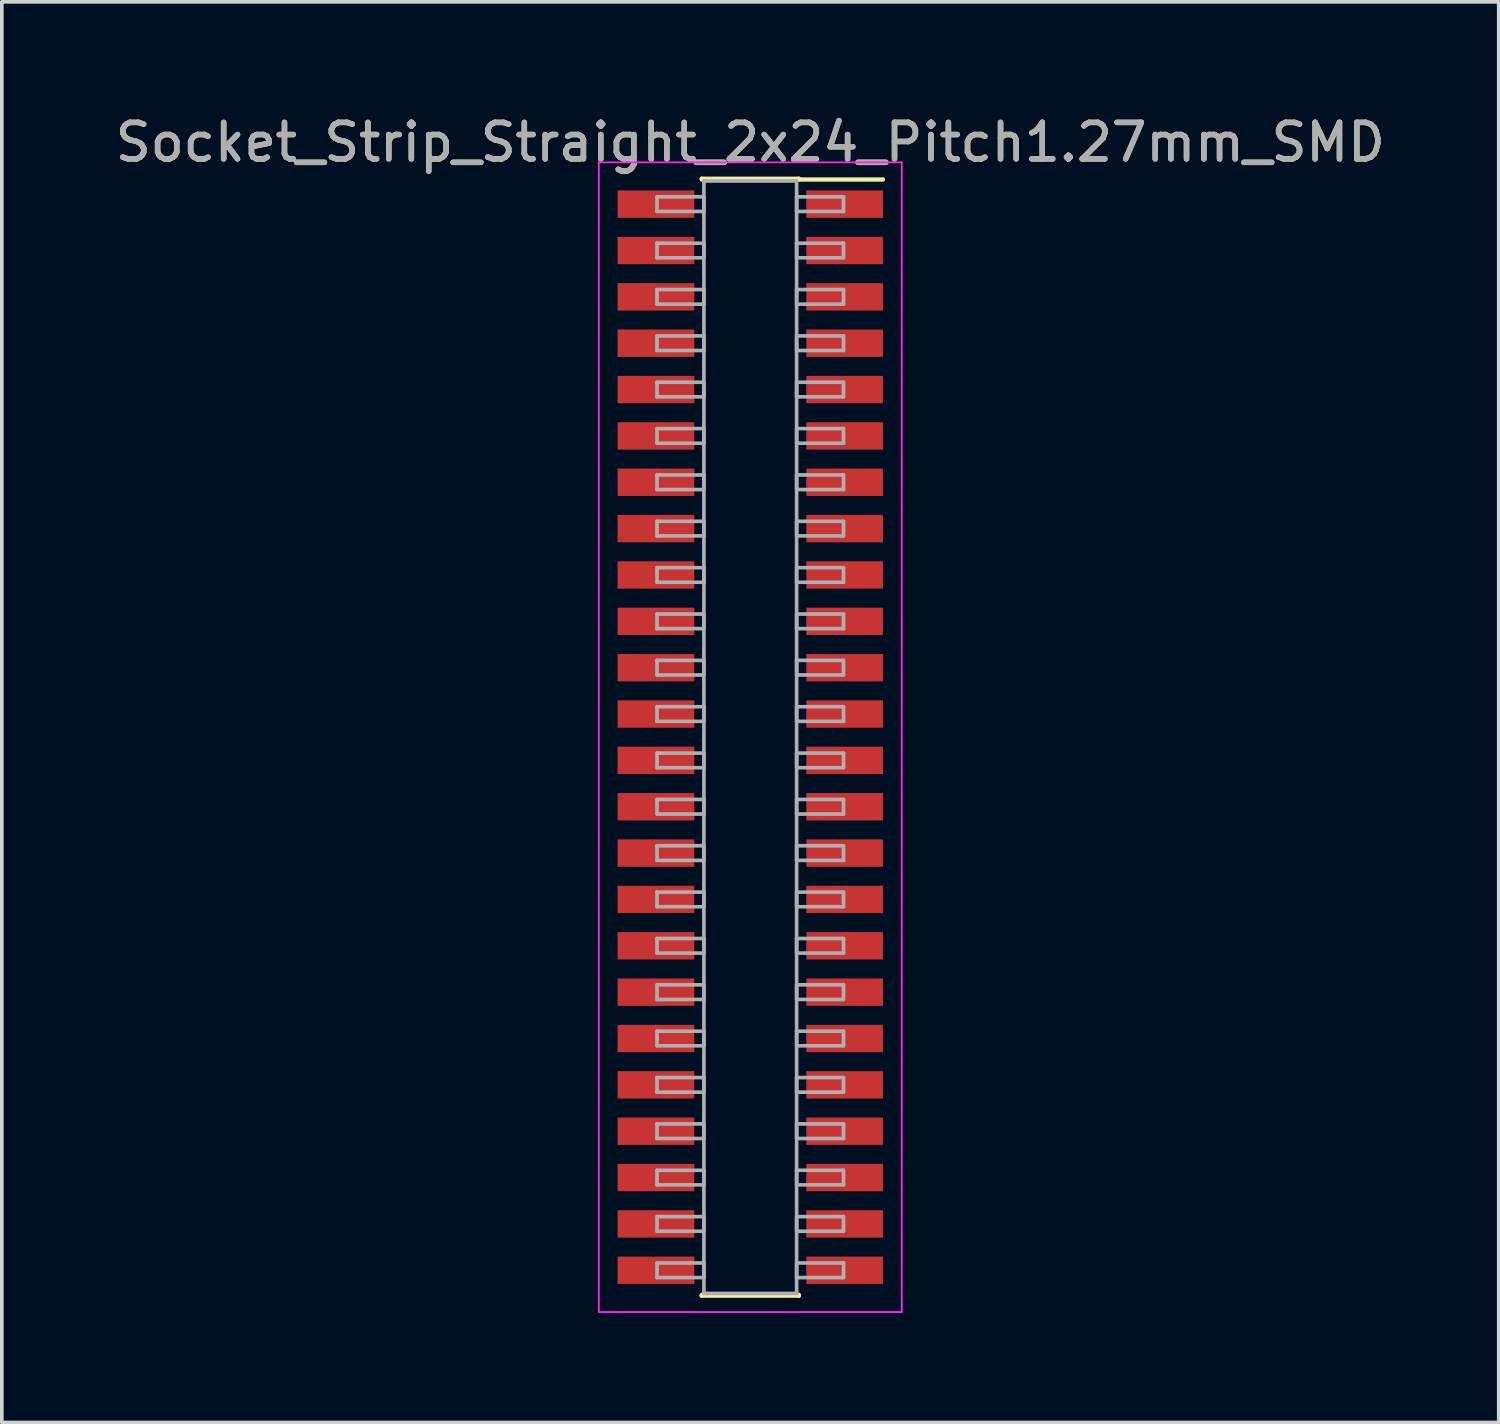
<source format=kicad_pcb>
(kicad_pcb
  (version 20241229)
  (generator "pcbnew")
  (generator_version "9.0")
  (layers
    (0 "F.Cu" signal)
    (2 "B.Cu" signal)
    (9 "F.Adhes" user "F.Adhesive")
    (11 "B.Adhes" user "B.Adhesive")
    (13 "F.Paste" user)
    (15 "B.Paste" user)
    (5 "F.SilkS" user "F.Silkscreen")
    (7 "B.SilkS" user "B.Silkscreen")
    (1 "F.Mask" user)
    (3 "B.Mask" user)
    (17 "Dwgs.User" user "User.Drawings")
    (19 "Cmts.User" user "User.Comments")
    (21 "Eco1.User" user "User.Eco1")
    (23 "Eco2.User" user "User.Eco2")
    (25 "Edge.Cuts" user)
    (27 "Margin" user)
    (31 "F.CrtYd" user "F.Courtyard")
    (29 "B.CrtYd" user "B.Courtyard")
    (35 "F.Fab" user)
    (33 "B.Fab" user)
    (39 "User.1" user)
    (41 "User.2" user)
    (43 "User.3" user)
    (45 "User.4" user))
  (footprint "Socket_Strip_Straight_2x24_Pitch1.27mm_SMD"
    (layer "F.Cu")
    (at 17.506 17.148)
    (property "Reference" "Socket_Strip_Straight_2x24_Pitch1.27mm_SMD" (at 0 -16.3 0) (layer "F.SilkS") (effects (font (size 1 1) (thickness 0.15))))
    (attr smd)
    (fp_line (start -1.33 -15.3) (end 1.33 -15.3) (stroke (width 0.12) (type solid)) (layer "F.SilkS"))
    (fp_line (start -1.33 -15.28) (end -1.33 -15.3) (stroke (width 0.12) (type solid)) (layer "F.SilkS"))
    (fp_line (start -1.33 15.28) (end -1.33 15.3) (stroke (width 0.12) (type solid)) (layer "F.SilkS"))
    (fp_line (start -1.33 15.3) (end 1.33 15.3) (stroke (width 0.12) (type solid)) (layer "F.SilkS"))
    (fp_line (start 1.33 -15.3) (end 1.33 -15.28) (stroke (width 0.12) (type solid)) (layer "F.SilkS"))
    (fp_line (start 1.33 15.3) (end 1.33 15.28) (stroke (width 0.12) (type solid)) (layer "F.SilkS"))
    (fp_line (start 3.635 -15.28) (end 1.33 -15.28) (stroke (width 0.12) (type solid)) (layer "F.SilkS"))
    (fp_line (start -4.15 -15.75) (end -4.15 15.75) (stroke (width 0.05) (type solid)) (layer "F.CrtYd"))
    (fp_line (start -4.15 15.75) (end 4.15 15.75) (stroke (width 0.05) (type solid)) (layer "F.CrtYd"))
    (fp_line (start 4.15 -15.75) (end -4.15 -15.75) (stroke (width 0.05) (type solid)) (layer "F.CrtYd"))
    (fp_line (start 4.15 15.75) (end 4.15 -15.75) (stroke (width 0.05) (type solid)) (layer "F.CrtYd"))
    (fp_line (start -2.555 -14.805) (end -1.27 -14.805) (stroke (width 0.1) (type solid)) (layer "F.Fab"))
    (fp_line (start -2.555 -14.405) (end -2.555 -14.805) (stroke (width 0.1) (type solid)) (layer "F.Fab"))
    (fp_line (start -2.555 -13.535) (end -1.27 -13.535) (stroke (width 0.1) (type solid)) (layer "F.Fab"))
    (fp_line (start -2.555 -13.135) (end -2.555 -13.535) (stroke (width 0.1) (type solid)) (layer "F.Fab"))
    (fp_line (start -2.555 -12.265) (end -1.27 -12.265) (stroke (width 0.1) (type solid)) (layer "F.Fab"))
    (fp_line (start -2.555 -11.865) (end -2.555 -12.265) (stroke (width 0.1) (type solid)) (layer "F.Fab"))
    (fp_line (start -2.555 -10.995) (end -1.27 -10.995) (stroke (width 0.1) (type solid)) (layer "F.Fab"))
    (fp_line (start -2.555 -10.595) (end -2.555 -10.995) (stroke (width 0.1) (type solid)) (layer "F.Fab"))
    (fp_line (start -2.555 -9.725) (end -1.27 -9.725) (stroke (width 0.1) (type solid)) (layer "F.Fab"))
    (fp_line (start -2.555 -9.325) (end -2.555 -9.725) (stroke (width 0.1) (type solid)) (layer "F.Fab"))
    (fp_line (start -2.555 -8.455) (end -1.27 -8.455) (stroke (width 0.1) (type solid)) (layer "F.Fab"))
    (fp_line (start -2.555 -8.055) (end -2.555 -8.455) (stroke (width 0.1) (type solid)) (layer "F.Fab"))
    (fp_line (start -2.555 -7.185) (end -1.27 -7.185) (stroke (width 0.1) (type solid)) (layer "F.Fab"))
    (fp_line (start -2.555 -6.785) (end -2.555 -7.185) (stroke (width 0.1) (type solid)) (layer "F.Fab"))
    (fp_line (start -2.555 -5.915) (end -1.27 -5.915) (stroke (width 0.1) (type solid)) (layer "F.Fab"))
    (fp_line (start -2.555 -5.515) (end -2.555 -5.915) (stroke (width 0.1) (type solid)) (layer "F.Fab"))
    (fp_line (start -2.555 -4.645) (end -1.27 -4.645) (stroke (width 0.1) (type solid)) (layer "F.Fab"))
    (fp_line (start -2.555 -4.245) (end -2.555 -4.645) (stroke (width 0.1) (type solid)) (layer "F.Fab"))
    (fp_line (start -2.555 -3.375) (end -1.27 -3.375) (stroke (width 0.1) (type solid)) (layer "F.Fab"))
    (fp_line (start -2.555 -2.975) (end -2.555 -3.375) (stroke (width 0.1) (type solid)) (layer "F.Fab"))
    (fp_line (start -2.555 -2.105) (end -1.27 -2.105) (stroke (width 0.1) (type solid)) (layer "F.Fab"))
    (fp_line (start -2.555 -1.705) (end -2.555 -2.105) (stroke (width 0.1) (type solid)) (layer "F.Fab"))
    (fp_line (start -2.555 -0.835) (end -1.27 -0.835) (stroke (width 0.1) (type solid)) (layer "F.Fab"))
    (fp_line (start -2.555 -0.435) (end -2.555 -0.835) (stroke (width 0.1) (type solid)) (layer "F.Fab"))
    (fp_line (start -2.555 0.435) (end -1.27 0.435) (stroke (width 0.1) (type solid)) (layer "F.Fab"))
    (fp_line (start -2.555 0.835) (end -2.555 0.435) (stroke (width 0.1) (type solid)) (layer "F.Fab"))
    (fp_line (start -2.555 1.705) (end -1.27 1.705) (stroke (width 0.1) (type solid)) (layer "F.Fab"))
    (fp_line (start -2.555 2.105) (end -2.555 1.705) (stroke (width 0.1) (type solid)) (layer "F.Fab"))
    (fp_line (start -2.555 2.975) (end -1.27 2.975) (stroke (width 0.1) (type solid)) (layer "F.Fab"))
    (fp_line (start -2.555 3.375) (end -2.555 2.975) (stroke (width 0.1) (type solid)) (layer "F.Fab"))
    (fp_line (start -2.555 4.245) (end -1.27 4.245) (stroke (width 0.1) (type solid)) (layer "F.Fab"))
    (fp_line (start -2.555 4.645) (end -2.555 4.245) (stroke (width 0.1) (type solid)) (layer "F.Fab"))
    (fp_line (start -2.555 5.515) (end -1.27 5.515) (stroke (width 0.1) (type solid)) (layer "F.Fab"))
    (fp_line (start -2.555 5.915) (end -2.555 5.515) (stroke (width 0.1) (type solid)) (layer "F.Fab"))
    (fp_line (start -2.555 6.785) (end -1.27 6.785) (stroke (width 0.1) (type solid)) (layer "F.Fab"))
    (fp_line (start -2.555 7.185) (end -2.555 6.785) (stroke (width 0.1) (type solid)) (layer "F.Fab"))
    (fp_line (start -2.555 8.055) (end -1.27 8.055) (stroke (width 0.1) (type solid)) (layer "F.Fab"))
    (fp_line (start -2.555 8.455) (end -2.555 8.055) (stroke (width 0.1) (type solid)) (layer "F.Fab"))
    (fp_line (start -2.555 9.325) (end -1.27 9.325) (stroke (width 0.1) (type solid)) (layer "F.Fab"))
    (fp_line (start -2.555 9.725) (end -2.555 9.325) (stroke (width 0.1) (type solid)) (layer "F.Fab"))
    (fp_line (start -2.555 10.595) (end -1.27 10.595) (stroke (width 0.1) (type solid)) (layer "F.Fab"))
    (fp_line (start -2.555 10.995) (end -2.555 10.595) (stroke (width 0.1) (type solid)) (layer "F.Fab"))
    (fp_line (start -2.555 11.865) (end -1.27 11.865) (stroke (width 0.1) (type solid)) (layer "F.Fab"))
    (fp_line (start -2.555 12.265) (end -2.555 11.865) (stroke (width 0.1) (type solid)) (layer "F.Fab"))
    (fp_line (start -2.555 13.135) (end -1.27 13.135) (stroke (width 0.1) (type solid)) (layer "F.Fab"))
    (fp_line (start -2.555 13.535) (end -2.555 13.135) (stroke (width 0.1) (type solid)) (layer "F.Fab"))
    (fp_line (start -2.555 14.405) (end -1.27 14.405) (stroke (width 0.1) (type solid)) (layer "F.Fab"))
    (fp_line (start -2.555 14.805) (end -2.555 14.405) (stroke (width 0.1) (type solid)) (layer "F.Fab"))
    (fp_line (start -1.27 -15.24) (end -1.27 15.24) (stroke (width 0.1) (type solid)) (layer "F.Fab"))
    (fp_line (start -1.27 -14.805) (end -1.27 -14.405) (stroke (width 0.1) (type solid)) (layer "F.Fab"))
    (fp_line (start -1.27 -14.405) (end -2.555 -14.405) (stroke (width 0.1) (type solid)) (layer "F.Fab"))
    (fp_line (start -1.27 -13.535) (end -1.27 -13.135) (stroke (width 0.1) (type solid)) (layer "F.Fab"))
    (fp_line (start -1.27 -13.135) (end -2.555 -13.135) (stroke (width 0.1) (type solid)) (layer "F.Fab"))
    (fp_line (start -1.27 -12.265) (end -1.27 -11.865) (stroke (width 0.1) (type solid)) (layer "F.Fab"))
    (fp_line (start -1.27 -11.865) (end -2.555 -11.865) (stroke (width 0.1) (type solid)) (layer "F.Fab"))
    (fp_line (start -1.27 -10.995) (end -1.27 -10.595) (stroke (width 0.1) (type solid)) (layer "F.Fab"))
    (fp_line (start -1.27 -10.595) (end -2.555 -10.595) (stroke (width 0.1) (type solid)) (layer "F.Fab"))
    (fp_line (start -1.27 -9.725) (end -1.27 -9.325) (stroke (width 0.1) (type solid)) (layer "F.Fab"))
    (fp_line (start -1.27 -9.325) (end -2.555 -9.325) (stroke (width 0.1) (type solid)) (layer "F.Fab"))
    (fp_line (start -1.27 -8.455) (end -1.27 -8.055) (stroke (width 0.1) (type solid)) (layer "F.Fab"))
    (fp_line (start -1.27 -8.055) (end -2.555 -8.055) (stroke (width 0.1) (type solid)) (layer "F.Fab"))
    (fp_line (start -1.27 -7.185) (end -1.27 -6.785) (stroke (width 0.1) (type solid)) (layer "F.Fab"))
    (fp_line (start -1.27 -6.785) (end -2.555 -6.785) (stroke (width 0.1) (type solid)) (layer "F.Fab"))
    (fp_line (start -1.27 -5.915) (end -1.27 -5.515) (stroke (width 0.1) (type solid)) (layer "F.Fab"))
    (fp_line (start -1.27 -5.515) (end -2.555 -5.515) (stroke (width 0.1) (type solid)) (layer "F.Fab"))
    (fp_line (start -1.27 -4.645) (end -1.27 -4.245) (stroke (width 0.1) (type solid)) (layer "F.Fab"))
    (fp_line (start -1.27 -4.245) (end -2.555 -4.245) (stroke (width 0.1) (type solid)) (layer "F.Fab"))
    (fp_line (start -1.27 -3.375) (end -1.27 -2.975) (stroke (width 0.1) (type solid)) (layer "F.Fab"))
    (fp_line (start -1.27 -2.975) (end -2.555 -2.975) (stroke (width 0.1) (type solid)) (layer "F.Fab"))
    (fp_line (start -1.27 -2.105) (end -1.27 -1.705) (stroke (width 0.1) (type solid)) (layer "F.Fab"))
    (fp_line (start -1.27 -1.705) (end -2.555 -1.705) (stroke (width 0.1) (type solid)) (layer "F.Fab"))
    (fp_line (start -1.27 -0.835) (end -1.27 -0.435) (stroke (width 0.1) (type solid)) (layer "F.Fab"))
    (fp_line (start -1.27 -0.435) (end -2.555 -0.435) (stroke (width 0.1) (type solid)) (layer "F.Fab"))
    (fp_line (start -1.27 0.435) (end -1.27 0.835) (stroke (width 0.1) (type solid)) (layer "F.Fab"))
    (fp_line (start -1.27 0.835) (end -2.555 0.835) (stroke (width 0.1) (type solid)) (layer "F.Fab"))
    (fp_line (start -1.27 1.705) (end -1.27 2.105) (stroke (width 0.1) (type solid)) (layer "F.Fab"))
    (fp_line (start -1.27 2.105) (end -2.555 2.105) (stroke (width 0.1) (type solid)) (layer "F.Fab"))
    (fp_line (start -1.27 2.975) (end -1.27 3.375) (stroke (width 0.1) (type solid)) (layer "F.Fab"))
    (fp_line (start -1.27 3.375) (end -2.555 3.375) (stroke (width 0.1) (type solid)) (layer "F.Fab"))
    (fp_line (start -1.27 4.245) (end -1.27 4.645) (stroke (width 0.1) (type solid)) (layer "F.Fab"))
    (fp_line (start -1.27 4.645) (end -2.555 4.645) (stroke (width 0.1) (type solid)) (layer "F.Fab"))
    (fp_line (start -1.27 5.515) (end -1.27 5.915) (stroke (width 0.1) (type solid)) (layer "F.Fab"))
    (fp_line (start -1.27 5.915) (end -2.555 5.915) (stroke (width 0.1) (type solid)) (layer "F.Fab"))
    (fp_line (start -1.27 6.785) (end -1.27 7.185) (stroke (width 0.1) (type solid)) (layer "F.Fab"))
    (fp_line (start -1.27 7.185) (end -2.555 7.185) (stroke (width 0.1) (type solid)) (layer "F.Fab"))
    (fp_line (start -1.27 8.055) (end -1.27 8.455) (stroke (width 0.1) (type solid)) (layer "F.Fab"))
    (fp_line (start -1.27 8.455) (end -2.555 8.455) (stroke (width 0.1) (type solid)) (layer "F.Fab"))
    (fp_line (start -1.27 9.325) (end -1.27 9.725) (stroke (width 0.1) (type solid)) (layer "F.Fab"))
    (fp_line (start -1.27 9.725) (end -2.555 9.725) (stroke (width 0.1) (type solid)) (layer "F.Fab"))
    (fp_line (start -1.27 10.595) (end -1.27 10.995) (stroke (width 0.1) (type solid)) (layer "F.Fab"))
    (fp_line (start -1.27 10.995) (end -2.555 10.995) (stroke (width 0.1) (type solid)) (layer "F.Fab"))
    (fp_line (start -1.27 11.865) (end -1.27 12.265) (stroke (width 0.1) (type solid)) (layer "F.Fab"))
    (fp_line (start -1.27 12.265) (end -2.555 12.265) (stroke (width 0.1) (type solid)) (layer "F.Fab"))
    (fp_line (start -1.27 13.135) (end -1.27 13.535) (stroke (width 0.1) (type solid)) (layer "F.Fab"))
    (fp_line (start -1.27 13.535) (end -2.555 13.535) (stroke (width 0.1) (type solid)) (layer "F.Fab"))
    (fp_line (start -1.27 14.405) (end -1.27 14.805) (stroke (width 0.1) (type solid)) (layer "F.Fab"))
    (fp_line (start -1.27 14.805) (end -2.555 14.805) (stroke (width 0.1) (type solid)) (layer "F.Fab"))
    (fp_line (start -1.27 15.24) (end 1.27 15.24) (stroke (width 0.1) (type solid)) (layer "F.Fab"))
    (fp_line (start 1.27 -15.24) (end -1.27 -15.24) (stroke (width 0.1) (type solid)) (layer "F.Fab"))
    (fp_line (start 1.27 -14.805) (end 1.27 -14.405) (stroke (width 0.1) (type solid)) (layer "F.Fab"))
    (fp_line (start 1.27 -14.405) (end 2.555 -14.405) (stroke (width 0.1) (type solid)) (layer "F.Fab"))
    (fp_line (start 1.27 -13.535) (end 1.27 -13.135) (stroke (width 0.1) (type solid)) (layer "F.Fab"))
    (fp_line (start 1.27 -13.135) (end 2.555 -13.135) (stroke (width 0.1) (type solid)) (layer "F.Fab"))
    (fp_line (start 1.27 -12.265) (end 1.27 -11.865) (stroke (width 0.1) (type solid)) (layer "F.Fab"))
    (fp_line (start 1.27 -11.865) (end 2.555 -11.865) (stroke (width 0.1) (type solid)) (layer "F.Fab"))
    (fp_line (start 1.27 -10.995) (end 1.27 -10.595) (stroke (width 0.1) (type solid)) (layer "F.Fab"))
    (fp_line (start 1.27 -10.595) (end 2.555 -10.595) (stroke (width 0.1) (type solid)) (layer "F.Fab"))
    (fp_line (start 1.27 -9.725) (end 1.27 -9.325) (stroke (width 0.1) (type solid)) (layer "F.Fab"))
    (fp_line (start 1.27 -9.325) (end 2.555 -9.325) (stroke (width 0.1) (type solid)) (layer "F.Fab"))
    (fp_line (start 1.27 -8.455) (end 1.27 -8.055) (stroke (width 0.1) (type solid)) (layer "F.Fab"))
    (fp_line (start 1.27 -8.055) (end 2.555 -8.055) (stroke (width 0.1) (type solid)) (layer "F.Fab"))
    (fp_line (start 1.27 -7.185) (end 1.27 -6.785) (stroke (width 0.1) (type solid)) (layer "F.Fab"))
    (fp_line (start 1.27 -6.785) (end 2.555 -6.785) (stroke (width 0.1) (type solid)) (layer "F.Fab"))
    (fp_line (start 1.27 -5.915) (end 1.27 -5.515) (stroke (width 0.1) (type solid)) (layer "F.Fab"))
    (fp_line (start 1.27 -5.515) (end 2.555 -5.515) (stroke (width 0.1) (type solid)) (layer "F.Fab"))
    (fp_line (start 1.27 -4.645) (end 1.27 -4.245) (stroke (width 0.1) (type solid)) (layer "F.Fab"))
    (fp_line (start 1.27 -4.245) (end 2.555 -4.245) (stroke (width 0.1) (type solid)) (layer "F.Fab"))
    (fp_line (start 1.27 -3.375) (end 1.27 -2.975) (stroke (width 0.1) (type solid)) (layer "F.Fab"))
    (fp_line (start 1.27 -2.975) (end 2.555 -2.975) (stroke (width 0.1) (type solid)) (layer "F.Fab"))
    (fp_line (start 1.27 -2.105) (end 1.27 -1.705) (stroke (width 0.1) (type solid)) (layer "F.Fab"))
    (fp_line (start 1.27 -1.705) (end 2.555 -1.705) (stroke (width 0.1) (type solid)) (layer "F.Fab"))
    (fp_line (start 1.27 -0.835) (end 1.27 -0.435) (stroke (width 0.1) (type solid)) (layer "F.Fab"))
    (fp_line (start 1.27 -0.435) (end 2.555 -0.435) (stroke (width 0.1) (type solid)) (layer "F.Fab"))
    (fp_line (start 1.27 0.435) (end 1.27 0.835) (stroke (width 0.1) (type solid)) (layer "F.Fab"))
    (fp_line (start 1.27 0.835) (end 2.555 0.835) (stroke (width 0.1) (type solid)) (layer "F.Fab"))
    (fp_line (start 1.27 1.705) (end 1.27 2.105) (stroke (width 0.1) (type solid)) (layer "F.Fab"))
    (fp_line (start 1.27 2.105) (end 2.555 2.105) (stroke (width 0.1) (type solid)) (layer "F.Fab"))
    (fp_line (start 1.27 2.975) (end 1.27 3.375) (stroke (width 0.1) (type solid)) (layer "F.Fab"))
    (fp_line (start 1.27 3.375) (end 2.555 3.375) (stroke (width 0.1) (type solid)) (layer "F.Fab"))
    (fp_line (start 1.27 4.245) (end 1.27 4.645) (stroke (width 0.1) (type solid)) (layer "F.Fab"))
    (fp_line (start 1.27 4.645) (end 2.555 4.645) (stroke (width 0.1) (type solid)) (layer "F.Fab"))
    (fp_line (start 1.27 5.515) (end 1.27 5.915) (stroke (width 0.1) (type solid)) (layer "F.Fab"))
    (fp_line (start 1.27 5.915) (end 2.555 5.915) (stroke (width 0.1) (type solid)) (layer "F.Fab"))
    (fp_line (start 1.27 6.785) (end 1.27 7.185) (stroke (width 0.1) (type solid)) (layer "F.Fab"))
    (fp_line (start 1.27 7.185) (end 2.555 7.185) (stroke (width 0.1) (type solid)) (layer "F.Fab"))
    (fp_line (start 1.27 8.055) (end 1.27 8.455) (stroke (width 0.1) (type solid)) (layer "F.Fab"))
    (fp_line (start 1.27 8.455) (end 2.555 8.455) (stroke (width 0.1) (type solid)) (layer "F.Fab"))
    (fp_line (start 1.27 9.325) (end 1.27 9.725) (stroke (width 0.1) (type solid)) (layer "F.Fab"))
    (fp_line (start 1.27 9.725) (end 2.555 9.725) (stroke (width 0.1) (type solid)) (layer "F.Fab"))
    (fp_line (start 1.27 10.595) (end 1.27 10.995) (stroke (width 0.1) (type solid)) (layer "F.Fab"))
    (fp_line (start 1.27 10.995) (end 2.555 10.995) (stroke (width 0.1) (type solid)) (layer "F.Fab"))
    (fp_line (start 1.27 11.865) (end 1.27 12.265) (stroke (width 0.1) (type solid)) (layer "F.Fab"))
    (fp_line (start 1.27 12.265) (end 2.555 12.265) (stroke (width 0.1) (type solid)) (layer "F.Fab"))
    (fp_line (start 1.27 13.135) (end 1.27 13.535) (stroke (width 0.1) (type solid)) (layer "F.Fab"))
    (fp_line (start 1.27 13.535) (end 2.555 13.535) (stroke (width 0.1) (type solid)) (layer "F.Fab"))
    (fp_line (start 1.27 14.405) (end 1.27 14.805) (stroke (width 0.1) (type solid)) (layer "F.Fab"))
    (fp_line (start 1.27 14.805) (end 2.555 14.805) (stroke (width 0.1) (type solid)) (layer "F.Fab"))
    (fp_line (start 1.27 15.24) (end 1.27 -15.24) (stroke (width 0.1) (type solid)) (layer "F.Fab"))
    (fp_line (start 2.555 -14.805) (end 1.27 -14.805) (stroke (width 0.1) (type solid)) (layer "F.Fab"))
    (fp_line (start 2.555 -14.405) (end 2.555 -14.805) (stroke (width 0.1) (type solid)) (layer "F.Fab"))
    (fp_line (start 2.555 -13.535) (end 1.27 -13.535) (stroke (width 0.1) (type solid)) (layer "F.Fab"))
    (fp_line (start 2.555 -13.135) (end 2.555 -13.535) (stroke (width 0.1) (type solid)) (layer "F.Fab"))
    (fp_line (start 2.555 -12.265) (end 1.27 -12.265) (stroke (width 0.1) (type solid)) (layer "F.Fab"))
    (fp_line (start 2.555 -11.865) (end 2.555 -12.265) (stroke (width 0.1) (type solid)) (layer "F.Fab"))
    (fp_line (start 2.555 -10.995) (end 1.27 -10.995) (stroke (width 0.1) (type solid)) (layer "F.Fab"))
    (fp_line (start 2.555 -10.595) (end 2.555 -10.995) (stroke (width 0.1) (type solid)) (layer "F.Fab"))
    (fp_line (start 2.555 -9.725) (end 1.27 -9.725) (stroke (width 0.1) (type solid)) (layer "F.Fab"))
    (fp_line (start 2.555 -9.325) (end 2.555 -9.725) (stroke (width 0.1) (type solid)) (layer "F.Fab"))
    (fp_line (start 2.555 -8.455) (end 1.27 -8.455) (stroke (width 0.1) (type solid)) (layer "F.Fab"))
    (fp_line (start 2.555 -8.055) (end 2.555 -8.455) (stroke (width 0.1) (type solid)) (layer "F.Fab"))
    (fp_line (start 2.555 -7.185) (end 1.27 -7.185) (stroke (width 0.1) (type solid)) (layer "F.Fab"))
    (fp_line (start 2.555 -6.785) (end 2.555 -7.185) (stroke (width 0.1) (type solid)) (layer "F.Fab"))
    (fp_line (start 2.555 -5.915) (end 1.27 -5.915) (stroke (width 0.1) (type solid)) (layer "F.Fab"))
    (fp_line (start 2.555 -5.515) (end 2.555 -5.915) (stroke (width 0.1) (type solid)) (layer "F.Fab"))
    (fp_line (start 2.555 -4.645) (end 1.27 -4.645) (stroke (width 0.1) (type solid)) (layer "F.Fab"))
    (fp_line (start 2.555 -4.245) (end 2.555 -4.645) (stroke (width 0.1) (type solid)) (layer "F.Fab"))
    (fp_line (start 2.555 -3.375) (end 1.27 -3.375) (stroke (width 0.1) (type solid)) (layer "F.Fab"))
    (fp_line (start 2.555 -2.975) (end 2.555 -3.375) (stroke (width 0.1) (type solid)) (layer "F.Fab"))
    (fp_line (start 2.555 -2.105) (end 1.27 -2.105) (stroke (width 0.1) (type solid)) (layer "F.Fab"))
    (fp_line (start 2.555 -1.705) (end 2.555 -2.105) (stroke (width 0.1) (type solid)) (layer "F.Fab"))
    (fp_line (start 2.555 -0.835) (end 1.27 -0.835) (stroke (width 0.1) (type solid)) (layer "F.Fab"))
    (fp_line (start 2.555 -0.435) (end 2.555 -0.835) (stroke (width 0.1) (type solid)) (layer "F.Fab"))
    (fp_line (start 2.555 0.435) (end 1.27 0.435) (stroke (width 0.1) (type solid)) (layer "F.Fab"))
    (fp_line (start 2.555 0.835) (end 2.555 0.435) (stroke (width 0.1) (type solid)) (layer "F.Fab"))
    (fp_line (start 2.555 1.705) (end 1.27 1.705) (stroke (width 0.1) (type solid)) (layer "F.Fab"))
    (fp_line (start 2.555 2.105) (end 2.555 1.705) (stroke (width 0.1) (type solid)) (layer "F.Fab"))
    (fp_line (start 2.555 2.975) (end 1.27 2.975) (stroke (width 0.1) (type solid)) (layer "F.Fab"))
    (fp_line (start 2.555 3.375) (end 2.555 2.975) (stroke (width 0.1) (type solid)) (layer "F.Fab"))
    (fp_line (start 2.555 4.245) (end 1.27 4.245) (stroke (width 0.1) (type solid)) (layer "F.Fab"))
    (fp_line (start 2.555 4.645) (end 2.555 4.245) (stroke (width 0.1) (type solid)) (layer "F.Fab"))
    (fp_line (start 2.555 5.515) (end 1.27 5.515) (stroke (width 0.1) (type solid)) (layer "F.Fab"))
    (fp_line (start 2.555 5.915) (end 2.555 5.515) (stroke (width 0.1) (type solid)) (layer "F.Fab"))
    (fp_line (start 2.555 6.785) (end 1.27 6.785) (stroke (width 0.1) (type solid)) (layer "F.Fab"))
    (fp_line (start 2.555 7.185) (end 2.555 6.785) (stroke (width 0.1) (type solid)) (layer "F.Fab"))
    (fp_line (start 2.555 8.055) (end 1.27 8.055) (stroke (width 0.1) (type solid)) (layer "F.Fab"))
    (fp_line (start 2.555 8.455) (end 2.555 8.055) (stroke (width 0.1) (type solid)) (layer "F.Fab"))
    (fp_line (start 2.555 9.325) (end 1.27 9.325) (stroke (width 0.1) (type solid)) (layer "F.Fab"))
    (fp_line (start 2.555 9.725) (end 2.555 9.325) (stroke (width 0.1) (type solid)) (layer "F.Fab"))
    (fp_line (start 2.555 10.595) (end 1.27 10.595) (stroke (width 0.1) (type solid)) (layer "F.Fab"))
    (fp_line (start 2.555 10.995) (end 2.555 10.595) (stroke (width 0.1) (type solid)) (layer "F.Fab"))
    (fp_line (start 2.555 11.865) (end 1.27 11.865) (stroke (width 0.1) (type solid)) (layer "F.Fab"))
    (fp_line (start 2.555 12.265) (end 2.555 11.865) (stroke (width 0.1) (type solid)) (layer "F.Fab"))
    (fp_line (start 2.555 13.135) (end 1.27 13.135) (stroke (width 0.1) (type solid)) (layer "F.Fab"))
    (fp_line (start 2.555 13.535) (end 2.555 13.135) (stroke (width 0.1) (type solid)) (layer "F.Fab"))
    (fp_line (start 2.555 14.405) (end 1.27 14.405) (stroke (width 0.1) (type solid)) (layer "F.Fab"))
    (fp_line (start 2.555 14.805) (end 2.555 14.405) (stroke (width 0.1) (type solid)) (layer "F.Fab"))
    (fp_text user "${REFERENCE}" (at 0 -16.3 0) (layer "F.Fab") (effects (font (size 1 1) (thickness 0.15))))
    (pad "1" smd rect (at 2.585 -14.605) (size 2.1 0.75) (layers "F.Cu" "F.Mask" "F.Paste"))
    (pad "2" smd rect (at -2.585 -14.605) (size 2.1 0.75) (layers "F.Cu" "F.Mask" "F.Paste"))
    (pad "3" smd rect (at 2.585 -13.335) (size 2.1 0.75) (layers "F.Cu" "F.Mask" "F.Paste"))
    (pad "4" smd rect (at -2.585 -13.335) (size 2.1 0.75) (layers "F.Cu" "F.Mask" "F.Paste"))
    (pad "5" smd rect (at 2.585 -12.065) (size 2.1 0.75) (layers "F.Cu" "F.Mask" "F.Paste"))
    (pad "6" smd rect (at -2.585 -12.065) (size 2.1 0.75) (layers "F.Cu" "F.Mask" "F.Paste"))
    (pad "7" smd rect (at 2.585 -10.795) (size 2.1 0.75) (layers "F.Cu" "F.Mask" "F.Paste"))
    (pad "8" smd rect (at -2.585 -10.795) (size 2.1 0.75) (layers "F.Cu" "F.Mask" "F.Paste"))
    (pad "9" smd rect (at 2.585 -9.525) (size 2.1 0.75) (layers "F.Cu" "F.Mask" "F.Paste"))
    (pad "10" smd rect (at -2.585 -9.525) (size 2.1 0.75) (layers "F.Cu" "F.Mask" "F.Paste"))
    (pad "11" smd rect (at 2.585 -8.255) (size 2.1 0.75) (layers "F.Cu" "F.Mask" "F.Paste"))
    (pad "12" smd rect (at -2.585 -8.255) (size 2.1 0.75) (layers "F.Cu" "F.Mask" "F.Paste"))
    (pad "13" smd rect (at 2.585 -6.985) (size 2.1 0.75) (layers "F.Cu" "F.Mask" "F.Paste"))
    (pad "14" smd rect (at -2.585 -6.985) (size 2.1 0.75) (layers "F.Cu" "F.Mask" "F.Paste"))
    (pad "15" smd rect (at 2.585 -5.715) (size 2.1 0.75) (layers "F.Cu" "F.Mask" "F.Paste"))
    (pad "16" smd rect (at -2.585 -5.715) (size 2.1 0.75) (layers "F.Cu" "F.Mask" "F.Paste"))
    (pad "17" smd rect (at 2.585 -4.445) (size 2.1 0.75) (layers "F.Cu" "F.Mask" "F.Paste"))
    (pad "18" smd rect (at -2.585 -4.445) (size 2.1 0.75) (layers "F.Cu" "F.Mask" "F.Paste"))
    (pad "19" smd rect (at 2.585 -3.175) (size 2.1 0.75) (layers "F.Cu" "F.Mask" "F.Paste"))
    (pad "20" smd rect (at -2.585 -3.175) (size 2.1 0.75) (layers "F.Cu" "F.Mask" "F.Paste"))
    (pad "21" smd rect (at 2.585 -1.905) (size 2.1 0.75) (layers "F.Cu" "F.Mask" "F.Paste"))
    (pad "22" smd rect (at -2.585 -1.905) (size 2.1 0.75) (layers "F.Cu" "F.Mask" "F.Paste"))
    (pad "23" smd rect (at 2.585 -0.635) (size 2.1 0.75) (layers "F.Cu" "F.Mask" "F.Paste"))
    (pad "24" smd rect (at -2.585 -0.635) (size 2.1 0.75) (layers "F.Cu" "F.Mask" "F.Paste"))
    (pad "25" smd rect (at 2.585 0.635) (size 2.1 0.75) (layers "F.Cu" "F.Mask" "F.Paste"))
    (pad "26" smd rect (at -2.585 0.635) (size 2.1 0.75) (layers "F.Cu" "F.Mask" "F.Paste"))
    (pad "27" smd rect (at 2.585 1.905) (size 2.1 0.75) (layers "F.Cu" "F.Mask" "F.Paste"))
    (pad "28" smd rect (at -2.585 1.905) (size 2.1 0.75) (layers "F.Cu" "F.Mask" "F.Paste"))
    (pad "29" smd rect (at 2.585 3.175) (size 2.1 0.75) (layers "F.Cu" "F.Mask" "F.Paste"))
    (pad "30" smd rect (at -2.585 3.175) (size 2.1 0.75) (layers "F.Cu" "F.Mask" "F.Paste"))
    (pad "31" smd rect (at 2.585 4.445) (size 2.1 0.75) (layers "F.Cu" "F.Mask" "F.Paste"))
    (pad "32" smd rect (at -2.585 4.445) (size 2.1 0.75) (layers "F.Cu" "F.Mask" "F.Paste"))
    (pad "33" smd rect (at 2.585 5.715) (size 2.1 0.75) (layers "F.Cu" "F.Mask" "F.Paste"))
    (pad "34" smd rect (at -2.585 5.715) (size 2.1 0.75) (layers "F.Cu" "F.Mask" "F.Paste"))
    (pad "35" smd rect (at 2.585 6.985) (size 2.1 0.75) (layers "F.Cu" "F.Mask" "F.Paste"))
    (pad "36" smd rect (at -2.585 6.985) (size 2.1 0.75) (layers "F.Cu" "F.Mask" "F.Paste"))
    (pad "37" smd rect (at 2.585 8.255) (size 2.1 0.75) (layers "F.Cu" "F.Mask" "F.Paste"))
    (pad "38" smd rect (at -2.585 8.255) (size 2.1 0.75) (layers "F.Cu" "F.Mask" "F.Paste"))
    (pad "39" smd rect (at 2.585 9.525) (size 2.1 0.75) (layers "F.Cu" "F.Mask" "F.Paste"))
    (pad "40" smd rect (at -2.585 9.525) (size 2.1 0.75) (layers "F.Cu" "F.Mask" "F.Paste"))
    (pad "41" smd rect (at 2.585 10.795) (size 2.1 0.75) (layers "F.Cu" "F.Mask" "F.Paste"))
    (pad "42" smd rect (at -2.585 10.795) (size 2.1 0.75) (layers "F.Cu" "F.Mask" "F.Paste"))
    (pad "43" smd rect (at 2.585 12.065) (size 2.1 0.75) (layers "F.Cu" "F.Mask" "F.Paste"))
    (pad "44" smd rect (at -2.585 12.065) (size 2.1 0.75) (layers "F.Cu" "F.Mask" "F.Paste"))
    (pad "45" smd rect (at 2.585 13.335) (size 2.1 0.75) (layers "F.Cu" "F.Mask" "F.Paste"))
    (pad "46" smd rect (at -2.585 13.335) (size 2.1 0.75) (layers "F.Cu" "F.Mask" "F.Paste"))
    (pad "47" smd rect (at 2.585 14.605) (size 2.1 0.75) (layers "F.Cu" "F.Mask" "F.Paste"))
    (pad "48" smd rect (at -2.585 14.605) (size 2.1 0.75) (layers "F.Cu" "F.Mask" "F.Paste")))
  (gr_rect
    (start -3 -3)
    (end 38.012 35.923)
    (stroke (width 0.1) (type default))
    (fill no)
    (layer "Edge.Cuts")))
</source>
